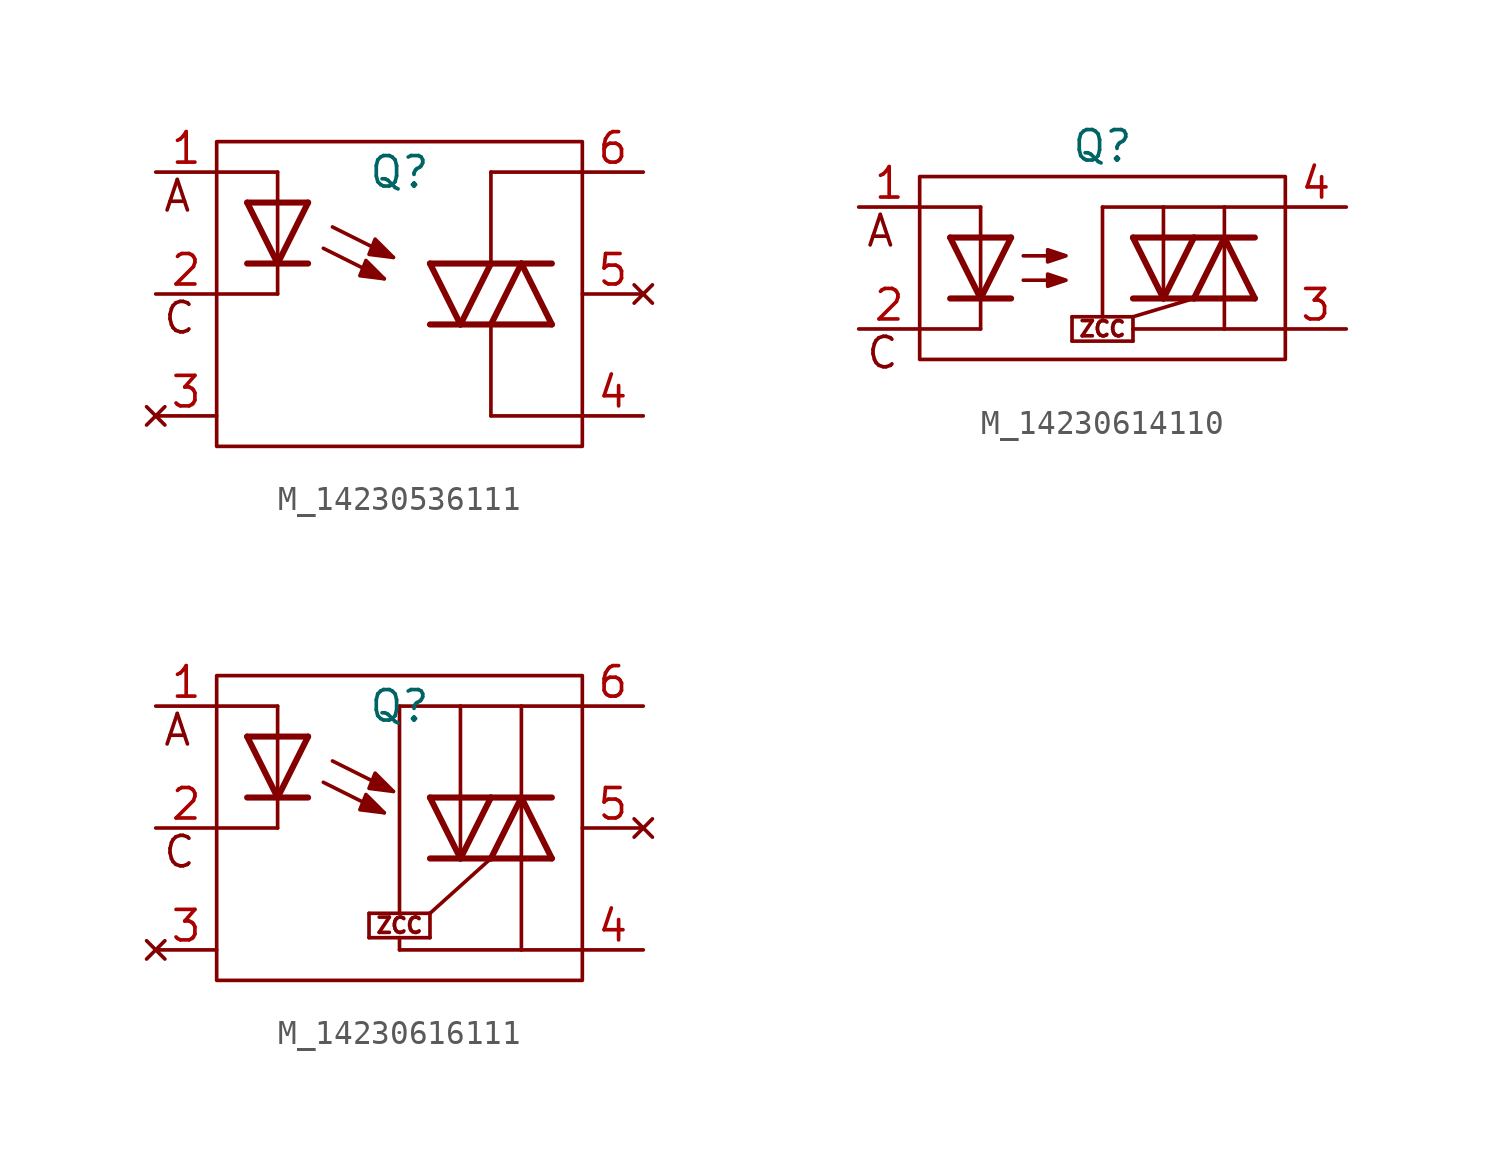
<source format=kicad_sym>
(kicad_symbol_lib
  (version 20220914)
  (generator kicad_symbol_editor)
  (symbol "M_14230536111"
    (pin_names hide)
    (property "Reference" "Q"
      (at 0 5.08 0)
      (effects (font (size 1.27 1.27))))
    (symbol "M_14230536111_0_0"
      (rectangle (start -7.62 6.35) (end 7.62 -6.35) (stroke (width 0) (type default)) (fill (type none)))
      (polyline (pts (xy -5.08 0) (xy -7.62 0)) (stroke (width 0.152) (type default)) (fill (type none)))
      (polyline (pts (xy -5.08 1.27) (xy -6.35 1.27)) (stroke (width 0.254) (type default)) (fill (type none)))
      (polyline (pts (xy -5.08 1.27) (xy -6.35 3.81)) (stroke (width 0.254) (type default)) (fill (type none)))
      (polyline (pts (xy -5.08 1.27) (xy -5.08 0)) (stroke (width 0.152) (type default)) (fill (type none)))
      (polyline (pts (xy -5.08 3.81) (xy -6.35 3.81)) (stroke (width 0.254) (type default)) (fill (type none)))
      (polyline (pts (xy -5.08 3.81) (xy -5.08 1.27)) (stroke (width 0.152) (type default)) (fill (type none)))
      (polyline (pts (xy -5.08 3.81) (xy -5.08 5.08)) (stroke (width 0.152) (type default)) (fill (type none)))
      (polyline (pts (xy -5.08 5.08) (xy -7.62 5.08)) (stroke (width 0.152) (type default)) (fill (type none)))
      (polyline (pts (xy -3.81 1.27) (xy -5.08 1.27)) (stroke (width 0.254) (type default)) (fill (type none)))
      (polyline (pts (xy -3.81 3.81) (xy -5.08 1.27)) (stroke (width 0.254) (type default)) (fill (type none)))
      (polyline (pts (xy -3.81 3.81) (xy -5.08 3.81)) (stroke (width 0.254) (type default)) (fill (type none)))
      (polyline (pts (xy -3.175 1.905) (xy -0.635 0.635)) (stroke (width 0.152) (type default)) (fill (type none)))
      (polyline (pts (xy -2.794 2.794) (xy -0.254 1.524)) (stroke (width 0.152) (type default)) (fill (type none)))
      (polyline (pts (xy 2.54 -1.27) (xy 1.27 -1.27)) (stroke (width 0.254) (type default)) (fill (type none)))
      (polyline (pts (xy 2.54 -1.27) (xy 1.27 1.27)) (stroke (width 0.254) (type default)) (fill (type none)))
      (polyline (pts (xy 3.81 -1.27) (xy 2.54 -1.27)) (stroke (width 0.254) (type default)) (fill (type none)))
      (polyline (pts (xy 3.81 -1.27) (xy 3.81 -5.08)) (stroke (width 0.152) (type default)) (fill (type none)))
      (polyline (pts (xy 3.81 -1.27) (xy 5.08 1.27)) (stroke (width 0.254) (type default)) (fill (type none)))
      (polyline (pts (xy 3.81 -1.27) (xy 6.35 -1.27)) (stroke (width 0.254) (type default)) (fill (type none)))
      (polyline (pts (xy 3.81 1.27) (xy 1.27 1.27)) (stroke (width 0.254) (type default)) (fill (type none)))
      (polyline (pts (xy 3.81 1.27) (xy 2.54 -1.27)) (stroke (width 0.254) (type default)) (fill (type none)))
      (polyline (pts (xy 3.81 1.27) (xy 3.81 5.08)) (stroke (width 0.152) (type default)) (fill (type none)))
      (polyline (pts (xy 3.81 1.27) (xy 5.08 1.27)) (stroke (width 0.254) (type default)) (fill (type none)))
      (polyline (pts (xy 5.08 1.27) (xy 6.35 -1.27)) (stroke (width 0.254) (type default)) (fill (type none)))
      (polyline (pts (xy 5.08 1.27) (xy 6.35 1.27)) (stroke (width 0.254) (type default)) (fill (type none)))
      (polyline (pts (xy 7.62 -5.08) (xy 3.81 -5.08)) (stroke (width 0.152) (type default)) (fill (type none)))
      (polyline (pts (xy 7.62 5.08) (xy 3.81 5.08)) (stroke (width 0.152) (type default)) (fill (type none)))
      (polyline (pts (xy -1.397 1.397) (xy -0.635 0.635) (xy -1.651 0.762) (xy -1.397 1.397)) (stroke (width 0.152) (type default)) (fill (type outline)))
      (polyline (pts (xy -1.016 2.286) (xy -0.254 1.524) (xy -1.27 1.651) (xy -1.016 2.286)) (stroke (width 0.152) (type default)) (fill (type outline)))
      (text "A" (at -9.906 4.826 0) (effects (font (size 1.27 1.27)) (justify left top)))
      (text "C" (at -9.906 -0.254 0) (effects (font (size 1.27 1.27)) (justify left top))))
    (symbol "M_14230536111_1_0"
      (pin passive line (at -10.16 5.08 0) (length 2.54) (name "Anode" (effects (font (size 1.27 1.27)))) (number "1" (effects (font (size 1.27 1.27)))))
      (pin passive line (at -10.16 0 0) (length 2.54) (name "Cathode" (effects (font (size 1.27 1.27)))) (number "2" (effects (font (size 1.27 1.27)))))
      (pin no_connect line (at -10.16 -5.08 0) (length 2.54) (name "NC" (effects (font (size 1.27 1.27)))) (number "3" (effects (font (size 1.27 1.27)))))
      (pin passive line (at 10.16 -5.08 180) (length 2.54) (name "Teminal" (effects (font (size 1.27 1.27)))) (number "4" (effects (font (size 1.27 1.27)))))
      (pin no_connect line (at 10.16 0 180) (length 2.54) (name "NC" (effects (font (size 1.27 1.27)))) (number "5" (effects (font (size 1.27 1.27)))))
      (pin passive line (at 10.16 5.08 180) (length 2.54) (name "Teminal" (effects (font (size 1.27 1.27)))) (number "6" (effects (font (size 1.27 1.27)))))))
  (symbol "M_14230614110"
    (pin_names hide)
    (property "Reference" "Q"
      (at 0 5.08 0)
      (effects (font (size 1.27 1.27))))
    (symbol "M_14230614110_0_0"
      (polyline (pts (xy -5.08 -2.54) (xy -7.62 -2.54)) (stroke (width 0.152) (type default)) (fill (type none)))
      (polyline (pts (xy -5.08 -1.27) (xy -6.35 -1.27)) (stroke (width 0.254) (type default)) (fill (type none)))
      (polyline (pts (xy -5.08 -1.27) (xy -6.35 1.27)) (stroke (width 0.254) (type default)) (fill (type none)))
      (polyline (pts (xy -5.08 -1.27) (xy -5.08 -2.54)) (stroke (width 0.152) (type default)) (fill (type none)))
      (polyline (pts (xy -5.08 1.27) (xy -6.35 1.27)) (stroke (width 0.254) (type default)) (fill (type none)))
      (polyline (pts (xy -5.08 1.27) (xy -5.08 -1.27)) (stroke (width 0.152) (type default)) (fill (type none)))
      (polyline (pts (xy -5.08 1.27) (xy -5.08 2.54)) (stroke (width 0.152) (type default)) (fill (type none)))
      (polyline (pts (xy -3.81 -1.27) (xy -5.08 -1.27)) (stroke (width 0.254) (type default)) (fill (type none)))
      (polyline (pts (xy -3.81 1.27) (xy -5.08 -1.27)) (stroke (width 0.254) (type default)) (fill (type none)))
      (polyline (pts (xy -3.81 1.27) (xy -5.08 1.27)) (stroke (width 0.254) (type default)) (fill (type none)))
      (polyline (pts (xy -3.302 -0.508) (xy -2.032 -0.508)) (stroke (width 0.152) (type default)) (fill (type none)))
      (polyline (pts (xy -3.302 0.508) (xy -2.032 0.508)) (stroke (width 0.152) (type default)) (fill (type none)))
      (polyline (pts (xy -1.27 -3.048) (xy -1.27 -2.032)) (stroke (width 0.152) (type default)) (fill (type none)))
      (polyline (pts (xy -1.27 -2.032) (xy 0 -2.032)) (stroke (width 0.152) (type default)) (fill (type none)))
      (polyline (pts (xy 0 -2.032) (xy 1.27 -2.032)) (stroke (width 0.152) (type default)) (fill (type none)))
      (polyline (pts (xy 0 2.54) (xy 0 -2.032)) (stroke (width 0.152) (type default)) (fill (type none)))
      (polyline (pts (xy 1.27 -3.048) (xy -1.27 -3.048)) (stroke (width 0.152) (type default)) (fill (type none)))
      (polyline (pts (xy 1.27 -2.54) (xy 1.27 -3.048)) (stroke (width 0.152) (type default)) (fill (type none)))
      (polyline (pts (xy 1.27 -2.54) (xy 5.08 -2.54)) (stroke (width 0.152) (type default)) (fill (type none)))
      (polyline (pts (xy 1.27 -2.032) (xy 1.27 -2.54)) (stroke (width 0.152) (type default)) (fill (type none)))
      (polyline (pts (xy 2.54 -1.27) (xy 1.27 -1.27)) (stroke (width 0.254) (type default)) (fill (type none)))
      (polyline (pts (xy 2.54 -1.27) (xy 1.27 1.27)) (stroke (width 0.254) (type default)) (fill (type none)))
      (polyline (pts (xy 2.54 1.27) (xy 1.27 1.27)) (stroke (width 0.254) (type default)) (fill (type none)))
      (polyline (pts (xy 2.54 1.27) (xy 2.54 -1.27)) (stroke (width 0.152) (type default)) (fill (type none)))
      (polyline (pts (xy 2.54 1.27) (xy 2.54 2.54)) (stroke (width 0.152) (type default)) (fill (type none)))
      (polyline (pts (xy 2.54 2.54) (xy 0 2.54)) (stroke (width 0.152) (type default)) (fill (type none)))
      (polyline (pts (xy 3.81 -1.27) (xy 1.27 -2.032)) (stroke (width 0.152) (type default)) (fill (type none)))
      (polyline (pts (xy 3.81 -1.27) (xy 2.54 -1.27)) (stroke (width 0.254) (type default)) (fill (type none)))
      (polyline (pts (xy 3.81 -1.27) (xy 5.08 -1.27)) (stroke (width 0.254) (type default)) (fill (type none)))
      (polyline (pts (xy 3.81 -1.27) (xy 5.08 1.27)) (stroke (width 0.254) (type default)) (fill (type none)))
      (polyline (pts (xy 3.81 1.27) (xy 2.54 -1.27)) (stroke (width 0.254) (type default)) (fill (type none)))
      (polyline (pts (xy 3.81 1.27) (xy 2.54 1.27)) (stroke (width 0.254) (type default)) (fill (type none)))
      (polyline (pts (xy 3.81 1.27) (xy 5.08 1.27)) (stroke (width 0.254) (type default)) (fill (type none)))
      (polyline (pts (xy 5.08 -1.27) (xy 5.08 -2.54)) (stroke (width 0.152) (type default)) (fill (type none)))
      (polyline (pts (xy 5.08 -1.27) (xy 5.08 1.27)) (stroke (width 0.152) (type default)) (fill (type none)))
      (polyline (pts (xy 5.08 -1.27) (xy 6.35 -1.27)) (stroke (width 0.254) (type default)) (fill (type none)))
      (polyline (pts (xy 5.08 1.27) (xy 5.08 2.54)) (stroke (width 0.152) (type default)) (fill (type none)))
      (polyline (pts (xy 5.08 1.27) (xy 6.35 -1.27)) (stroke (width 0.254) (type default)) (fill (type none)))
      (polyline (pts (xy 5.08 1.27) (xy 6.35 1.27)) (stroke (width 0.254) (type default)) (fill (type none)))
      (polyline (pts (xy 5.08 2.54) (xy 2.54 2.54)) (stroke (width 0.152) (type default)) (fill (type none)))
      (polyline (pts (xy 7.62 -2.54) (xy 5.08 -2.54)) (stroke (width 0.152) (type default)) (fill (type none)))
      (polyline (pts (xy 7.62 2.54) (xy 5.08 2.54)) (stroke (width 0.152) (type default)) (fill (type none)))
      (polyline (pts (xy -2.286 -0.254) (xy -1.524 -0.508) (xy -2.286 -0.762) (xy -2.286 -0.254)) (stroke (width 0.152) (type default)) (fill (type outline)))
      (polyline (pts (xy -2.286 0.762) (xy -1.524 0.508) (xy -2.286 0.254) (xy -2.286 0.762)) (stroke (width 0.152) (type default)) (fill (type outline)))
      (text "A" (at -9.906 2.286 0) (effects (font (size 1.27 1.27)) (justify left top)))
      (text "C" (at -9.906 -2.794 0) (effects (font (size 1.27 1.27)) (justify left top))))
    (symbol "M_14230614110_0_1"
      (rectangle (start -7.62 3.81) (end 7.62 -3.81) (stroke (width 0) (type default)) (fill (type none))))
    (symbol "M_14230614110_1_0"
      (polyline (pts (xy -5.08 2.54) (xy -7.62 2.54)) (stroke (width 0.152) (type default)) (fill (type none)))
      (text "ZCC" (at 0 -2.54 0) (effects (font (size 0.635 0.635))))
      (pin passive line (at -10.16 2.54 0) (length 2.54) (name "Anode" (effects (font (size 1.27 1.27)))) (number "1" (effects (font (size 1.27 1.27)))))
      (pin passive line (at -10.16 -2.54 0) (length 2.54) (name "Cathode" (effects (font (size 1.27 1.27)))) (number "2" (effects (font (size 1.27 1.27)))))
      (pin passive line (at 10.16 -2.54 180) (length 2.54) (name "Teminal" (effects (font (size 1.27 1.27)))) (number "3" (effects (font (size 1.27 1.27)))))
      (pin passive line (at 10.16 2.54 180) (length 2.54) (name "Teminal" (effects (font (size 1.27 1.27)))) (number "4" (effects (font (size 1.27 1.27)))))))
  (symbol "M_14230616111"
    (pin_names hide)
    (property "Reference" "Q"
      (at 0 5.08 0)
      (effects (font (size 1.27 1.27))))
    (symbol "M_14230616111_0_0"
      (rectangle (start -7.62 6.35) (end 7.62 -6.35) (stroke (width 0) (type default)) (fill (type none)))
      (polyline (pts (xy -5.08 0) (xy -7.62 0)) (stroke (width 0.152) (type default)) (fill (type none)))
      (polyline (pts (xy -5.08 1.27) (xy -6.35 1.27)) (stroke (width 0.254) (type default)) (fill (type none)))
      (polyline (pts (xy -5.08 1.27) (xy -6.35 3.81)) (stroke (width 0.254) (type default)) (fill (type none)))
      (polyline (pts (xy -5.08 1.27) (xy -5.08 0)) (stroke (width 0.152) (type default)) (fill (type none)))
      (polyline (pts (xy -5.08 3.81) (xy -6.35 3.81)) (stroke (width 0.254) (type default)) (fill (type none)))
      (polyline (pts (xy -5.08 3.81) (xy -5.08 1.27)) (stroke (width 0.152) (type default)) (fill (type none)))
      (polyline (pts (xy -5.08 3.81) (xy -5.08 5.08)) (stroke (width 0.152) (type default)) (fill (type none)))
      (polyline (pts (xy -5.08 5.08) (xy -7.62 5.08)) (stroke (width 0.152) (type default)) (fill (type none)))
      (polyline (pts (xy -3.81 1.27) (xy -5.08 1.27)) (stroke (width 0.254) (type default)) (fill (type none)))
      (polyline (pts (xy -3.81 3.81) (xy -5.08 1.27)) (stroke (width 0.254) (type default)) (fill (type none)))
      (polyline (pts (xy -3.81 3.81) (xy -5.08 3.81)) (stroke (width 0.254) (type default)) (fill (type none)))
      (polyline (pts (xy -3.175 1.905) (xy -0.635 0.635)) (stroke (width 0.152) (type default)) (fill (type none)))
      (polyline (pts (xy -2.794 2.794) (xy -0.254 1.524)) (stroke (width 0.152) (type default)) (fill (type none)))
      (polyline (pts (xy -1.27 -4.572) (xy -1.27 -3.556)) (stroke (width 0.152) (type default)) (fill (type none)))
      (polyline (pts (xy -1.27 -3.556) (xy 0 -3.556)) (stroke (width 0.152) (type default)) (fill (type none)))
      (polyline (pts (xy 0 -5.08) (xy 5.08 -5.08)) (stroke (width 0.152) (type default)) (fill (type none)))
      (polyline (pts (xy 0 -4.572) (xy -1.27 -4.572)) (stroke (width 0.152) (type default)) (fill (type none)))
      (polyline (pts (xy 0 -4.572) (xy 0 -5.08)) (stroke (width 0.152) (type default)) (fill (type none)))
      (polyline (pts (xy 0 -3.556) (xy 1.27 -3.556)) (stroke (width 0.152) (type default)) (fill (type none)))
      (polyline (pts (xy 0 5.08) (xy 0 -3.556)) (stroke (width 0.152) (type default)) (fill (type none)))
      (polyline (pts (xy 1.27 -4.572) (xy 0 -4.572)) (stroke (width 0.152) (type default)) (fill (type none)))
      (polyline (pts (xy 1.27 -3.556) (xy 1.27 -4.572)) (stroke (width 0.152) (type default)) (fill (type none)))
      (polyline (pts (xy 1.27 -3.556) (xy 3.81 -1.27)) (stroke (width 0.152) (type default)) (fill (type none)))
      (polyline (pts (xy 2.54 -1.27) (xy 1.27 -1.27)) (stroke (width 0.254) (type default)) (fill (type none)))
      (polyline (pts (xy 2.54 -1.27) (xy 1.27 1.27)) (stroke (width 0.254) (type default)) (fill (type none)))
      (polyline (pts (xy 2.54 1.27) (xy 1.27 1.27)) (stroke (width 0.254) (type default)) (fill (type none)))
      (polyline (pts (xy 2.54 1.27) (xy 2.54 -1.27)) (stroke (width 0.152) (type default)) (fill (type none)))
      (polyline (pts (xy 2.54 1.27) (xy 2.54 5.08)) (stroke (width 0.152) (type default)) (fill (type none)))
      (polyline (pts (xy 2.54 5.08) (xy 0 5.08)) (stroke (width 0.152) (type default)) (fill (type none)))
      (polyline (pts (xy 3.81 -1.27) (xy 2.54 -1.27)) (stroke (width 0.254) (type default)) (fill (type none)))
      (polyline (pts (xy 3.81 -1.27) (xy 5.08 -1.27)) (stroke (width 0.254) (type default)) (fill (type none)))
      (polyline (pts (xy 3.81 -1.27) (xy 5.08 1.27)) (stroke (width 0.254) (type default)) (fill (type none)))
      (polyline (pts (xy 3.81 1.27) (xy 2.54 -1.27)) (stroke (width 0.254) (type default)) (fill (type none)))
      (polyline (pts (xy 3.81 1.27) (xy 2.54 1.27)) (stroke (width 0.254) (type default)) (fill (type none)))
      (polyline (pts (xy 3.81 1.27) (xy 5.08 1.27)) (stroke (width 0.254) (type default)) (fill (type none)))
      (polyline (pts (xy 5.08 -1.27) (xy 5.08 -5.08)) (stroke (width 0.152) (type default)) (fill (type none)))
      (polyline (pts (xy 5.08 -1.27) (xy 5.08 1.27)) (stroke (width 0.152) (type default)) (fill (type none)))
      (polyline (pts (xy 5.08 -1.27) (xy 6.35 -1.27)) (stroke (width 0.254) (type default)) (fill (type none)))
      (polyline (pts (xy 5.08 1.27) (xy 5.08 5.08)) (stroke (width 0.152) (type default)) (fill (type none)))
      (polyline (pts (xy 5.08 1.27) (xy 6.35 -1.27)) (stroke (width 0.254) (type default)) (fill (type none)))
      (polyline (pts (xy 5.08 1.27) (xy 6.35 1.27)) (stroke (width 0.254) (type default)) (fill (type none)))
      (polyline (pts (xy 5.08 5.08) (xy 2.54 5.08)) (stroke (width 0.152) (type default)) (fill (type none)))
      (polyline (pts (xy 7.62 -5.08) (xy 5.08 -5.08)) (stroke (width 0.152) (type default)) (fill (type none)))
      (polyline (pts (xy 7.62 5.08) (xy 5.08 5.08)) (stroke (width 0.152) (type default)) (fill (type none)))
      (polyline (pts (xy -1.397 1.397) (xy -0.635 0.635) (xy -1.651 0.762) (xy -1.397 1.397)) (stroke (width 0.152) (type default)) (fill (type outline)))
      (polyline (pts (xy -1.016 2.286) (xy -0.254 1.524) (xy -1.27 1.651) (xy -1.016 2.286)) (stroke (width 0.152) (type default)) (fill (type outline)))
      (text "A" (at -9.906 4.826 0) (effects (font (size 1.27 1.27)) (justify left top)))
      (text "C" (at -9.906 -0.254 0) (effects (font (size 1.27 1.27)) (justify left top))))
    (symbol "M_14230616111_1_0"
      (text "ZCC" (at 0 -4.064 0) (effects (font (size 0.635 0.635))))
      (pin passive line (at -10.16 5.08 0) (length 2.54) (name "Anode" (effects (font (size 1.27 1.27)))) (number "1" (effects (font (size 1.27 1.27)))))
      (pin passive line (at -10.16 0 0) (length 2.54) (name "Cathode" (effects (font (size 1.27 1.27)))) (number "2" (effects (font (size 1.27 1.27)))))
      (pin no_connect line (at -10.16 -5.08 0) (length 2.54) (name "NC" (effects (font (size 1.27 1.27)))) (number "3" (effects (font (size 1.27 1.27)))))
      (pin passive line (at 10.16 -5.08 180) (length 2.54) (name "Teminal" (effects (font (size 1.27 1.27)))) (number "4" (effects (font (size 1.27 1.27)))))
      (pin no_connect line (at 10.16 0 180) (length 2.54) (name "NC" (effects (font (size 1.27 1.27)))) (number "5" (effects (font (size 1.27 1.27)))))
      (pin passive line (at 10.16 5.08 180) (length 2.54) (name "Teminal" (effects (font (size 1.27 1.27)))) (number "6" (effects (font (size 1.27 1.27))))))))
</source>
